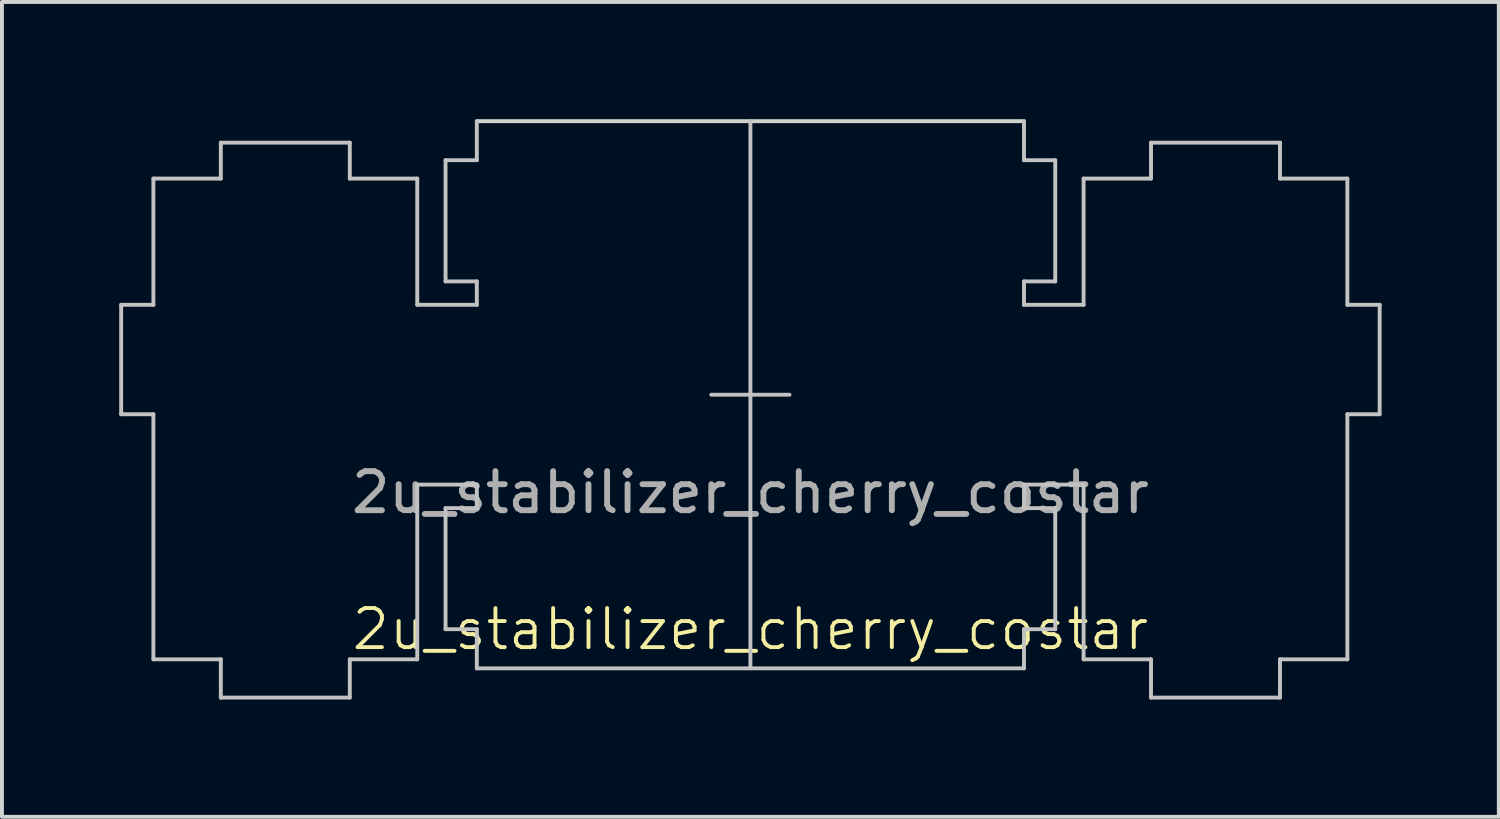
<source format=kicad_pcb>
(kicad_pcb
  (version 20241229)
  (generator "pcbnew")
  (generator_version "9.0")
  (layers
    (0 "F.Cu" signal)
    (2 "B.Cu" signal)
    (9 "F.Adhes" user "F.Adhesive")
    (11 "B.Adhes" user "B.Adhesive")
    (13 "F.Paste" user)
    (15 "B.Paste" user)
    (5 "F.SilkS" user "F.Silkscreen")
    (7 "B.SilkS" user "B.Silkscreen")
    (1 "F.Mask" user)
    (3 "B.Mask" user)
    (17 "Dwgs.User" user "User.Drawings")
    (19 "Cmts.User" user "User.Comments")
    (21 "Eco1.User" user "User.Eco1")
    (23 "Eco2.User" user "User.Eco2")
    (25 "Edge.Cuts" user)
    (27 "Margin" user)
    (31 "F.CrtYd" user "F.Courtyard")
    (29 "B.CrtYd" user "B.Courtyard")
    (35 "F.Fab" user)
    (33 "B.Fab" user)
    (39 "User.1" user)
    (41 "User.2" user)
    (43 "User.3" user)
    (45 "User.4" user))
  (footprint "2u_stabilizer_cherry_costar"
    (layer "F.Cu")
    (at 16.15 7.05)
    (property "Reference" "2u_stabilizer_cherry_costar" (at 0 6 0) (unlocked yes) (layer "F.SilkS") (effects (font (size 1 1) (thickness 0.1))))
    (attr smd)
    (fp_line (start -16.1 -2.301) (end -16.1 0.499) (stroke (width 0.1) (type solid)) (layer "Dwgs.User"))
    (fp_line (start -16.1 0.499) (end -15.275 0.499) (stroke (width 0.1) (type solid)) (layer "Dwgs.User"))
    (fp_line (start -15.275 -5.531) (end -15.275 -2.301) (stroke (width 0.1) (type solid)) (layer "Dwgs.User"))
    (fp_line (start -15.275 -2.301) (end -16.1 -2.301) (stroke (width 0.1) (type solid)) (layer "Dwgs.User"))
    (fp_line (start -15.275 0.499) (end -15.275 6.77) (stroke (width 0.1) (type solid)) (layer "Dwgs.User"))
    (fp_line (start -15.275 6.77) (end -13.55 6.77) (stroke (width 0.1) (type solid)) (layer "Dwgs.User"))
    (fp_line (start -13.55 -6.45) (end -13.55 -5.531) (stroke (width 0.1) (type solid)) (layer "Dwgs.User"))
    (fp_line (start -13.55 -5.531) (end -15.275 -5.531) (stroke (width 0.1) (type solid)) (layer "Dwgs.User"))
    (fp_line (start -13.55 6.77) (end -13.55 7.749) (stroke (width 0.1) (type solid)) (layer "Dwgs.User"))
    (fp_line (start -13.55 7.749) (end -10.25 7.749) (stroke (width 0.1) (type solid)) (layer "Dwgs.User"))
    (fp_line (start -10.25 -6.45) (end -13.55 -6.45) (stroke (width 0.1) (type solid)) (layer "Dwgs.User"))
    (fp_line (start -10.25 -5.531) (end -10.25 -6.45) (stroke (width 0.1) (type solid)) (layer "Dwgs.User"))
    (fp_line (start -10.25 7.749) (end -10.25 6.77) (stroke (width 0.1) (type solid)) (layer "Dwgs.User"))
    (fp_line (start -10.25 6.77) (end -8.524 6.77) (stroke (width 0.1) (type solid)) (layer "Dwgs.User"))
    (fp_line (start -8.524 -5.531) (end -10.25 -5.531) (stroke (width 0.1) (type solid)) (layer "Dwgs.User"))
    (fp_line (start -8.524 -2.301) (end -8.524 -5.531) (stroke (width 0.1) (type solid)) (layer "Dwgs.User"))
    (fp_line (start -8.524 2.299) (end -7 2.299) (stroke (width 0.1) (type solid)) (layer "Dwgs.User"))
    (fp_line (start -8.524 6.77) (end -8.524 2.299) (stroke (width 0.1) (type solid)) (layer "Dwgs.User"))
    (fp_line (start -7.8 -6.001) (end -7.8 -2.9) (stroke (width 0.1) (type solid)) (layer "Dwgs.User"))
    (fp_line (start -7.8 -2.9) (end -7 -2.9) (stroke (width 0.1) (type solid)) (layer "Dwgs.User"))
    (fp_line (start -7.8 2.901) (end -7.8 5.999) (stroke (width 0.1) (type solid)) (layer "Dwgs.User"))
    (fp_line (start -7.8 5.999) (end -7 5.999) (stroke (width 0.1) (type solid)) (layer "Dwgs.User"))
    (fp_line (start -7 -7) (end -7 -6.001) (stroke (width 0.1) (type solid)) (layer "Dwgs.User"))
    (fp_line (start -7 -6.001) (end -7.8 -6.001) (stroke (width 0.1) (type solid)) (layer "Dwgs.User"))
    (fp_line (start -7 -2.9) (end -7 -2.301) (stroke (width 0.1) (type solid)) (layer "Dwgs.User"))
    (fp_line (start -7 -2.301) (end -8.524 -2.301) (stroke (width 0.1) (type solid)) (layer "Dwgs.User"))
    (fp_line (start -7 2.299) (end -7 2.901) (stroke (width 0.1) (type solid)) (layer "Dwgs.User"))
    (fp_line (start -7 2.901) (end -7.8 2.901) (stroke (width 0.1) (type solid)) (layer "Dwgs.User"))
    (fp_line (start -7 5.999) (end -7 7) (stroke (width 0.1) (type solid)) (layer "Dwgs.User"))
    (fp_line (start -7 7) (end 7 7) (stroke (width 0.1) (type solid)) (layer "Dwgs.User"))
    (fp_line (start -1 0) (end 1 0) (stroke (width 0.1) (type default)) (layer "Dwgs.User"))
    (fp_line (start 0 -7) (end 0 7) (stroke (width 0.1) (type default)) (layer "Dwgs.User"))
    (fp_line (start 7 -6.001) (end 7 -7) (stroke (width 0.1) (type solid)) (layer "Dwgs.User"))
    (fp_line (start 7 -2.9) (end 7.8 -2.9) (stroke (width 0.1) (type solid)) (layer "Dwgs.User"))
    (fp_line (start 7 -2.301) (end 7 -2.9) (stroke (width 0.1) (type solid)) (layer "Dwgs.User"))
    (fp_line (start 7 2.299) (end 8.525 2.299) (stroke (width 0.1) (type solid)) (layer "Dwgs.User"))
    (fp_line (start 7 2.901) (end 7 2.299) (stroke (width 0.1) (type solid)) (layer "Dwgs.User"))
    (fp_line (start 7 5.999) (end 7.8 5.999) (stroke (width 0.1) (type solid)) (layer "Dwgs.User"))
    (fp_line (start 7 7) (end 7 5.999) (stroke (width 0.1) (type solid)) (layer "Dwgs.User"))
    (fp_line (start 7.8 -6.001) (end 7 -6.001) (stroke (width 0.1) (type solid)) (layer "Dwgs.User"))
    (fp_line (start 7.8 -2.9) (end 7.8 -6.001) (stroke (width 0.1) (type solid)) (layer "Dwgs.User"))
    (fp_line (start 7.8 2.901) (end 7 2.901) (stroke (width 0.1) (type solid)) (layer "Dwgs.User"))
    (fp_line (start 7.8 5.999) (end 7.8 2.901) (stroke (width 0.1) (type solid)) (layer "Dwgs.User"))
    (fp_line (start 8.525 -5.531) (end 8.525 -2.301) (stroke (width 0.1) (type solid)) (layer "Dwgs.User"))
    (fp_line (start 8.525 -2.301) (end 7 -2.301) (stroke (width 0.1) (type solid)) (layer "Dwgs.User"))
    (fp_line (start 8.525 2.299) (end 8.525 6.77) (stroke (width 0.1) (type solid)) (layer "Dwgs.User"))
    (fp_line (start 8.525 6.77) (end 10.25 6.77) (stroke (width 0.1) (type solid)) (layer "Dwgs.User"))
    (fp_line (start 10.25 -6.45) (end 10.25 -5.531) (stroke (width 0.1) (type solid)) (layer "Dwgs.User"))
    (fp_line (start 10.25 -5.531) (end 8.525 -5.531) (stroke (width 0.1) (type solid)) (layer "Dwgs.User"))
    (fp_line (start 10.25 6.77) (end 10.25 7.749) (stroke (width 0.1) (type solid)) (layer "Dwgs.User"))
    (fp_line (start 10.25 7.749) (end 13.55 7.749) (stroke (width 0.1) (type solid)) (layer "Dwgs.User"))
    (fp_line (start 13.55 6.77) (end 15.274 6.77) (stroke (width 0.1) (type solid)) (layer "Dwgs.User"))
    (fp_line (start 13.55 -6.45) (end 10.25 -6.45) (stroke (width 0.1) (type solid)) (layer "Dwgs.User"))
    (fp_line (start 13.55 -5.531) (end 13.55 -6.45) (stroke (width 0.1) (type solid)) (layer "Dwgs.User"))
    (fp_line (start 13.55 7.749) (end 13.55 6.77) (stroke (width 0.1) (type solid)) (layer "Dwgs.User"))
    (fp_line (start 15.274 -5.531) (end 13.55 -5.531) (stroke (width 0.1) (type solid)) (layer "Dwgs.User"))
    (fp_line (start 15.274 -2.301) (end 15.274 -5.531) (stroke (width 0.1) (type solid)) (layer "Dwgs.User"))
    (fp_line (start 15.274 0.499) (end 16.1 0.499) (stroke (width 0.1) (type solid)) (layer "Dwgs.User"))
    (fp_line (start 15.274 6.77) (end 15.274 0.499) (stroke (width 0.1) (type solid)) (layer "Dwgs.User"))
    (fp_line (start 16.1 -2.301) (end 15.274 -2.301) (stroke (width 0.1) (type solid)) (layer "Dwgs.User"))
    (fp_line (start 16.1 0.499) (end 16.1 -2.301) (stroke (width 0.1) (type solid)) (layer "Dwgs.User"))
    (fp_line (start 7 -7) (end -7 -7) (stroke (width 0.1) (type solid)) (layer "Edge.Cuts"))
    (fp_text user "${REFERENCE}" (at 0 2.5 0) (unlocked yes) (layer "F.Fab") (effects (font (size 1 1) (thickness 0.15)))))
  (gr_rect
    (start -3 -3)
    (end 35.299 17.849)
    (stroke (width 0.1) (type default))
    (fill no)
    (layer "Edge.Cuts")))
</source>
